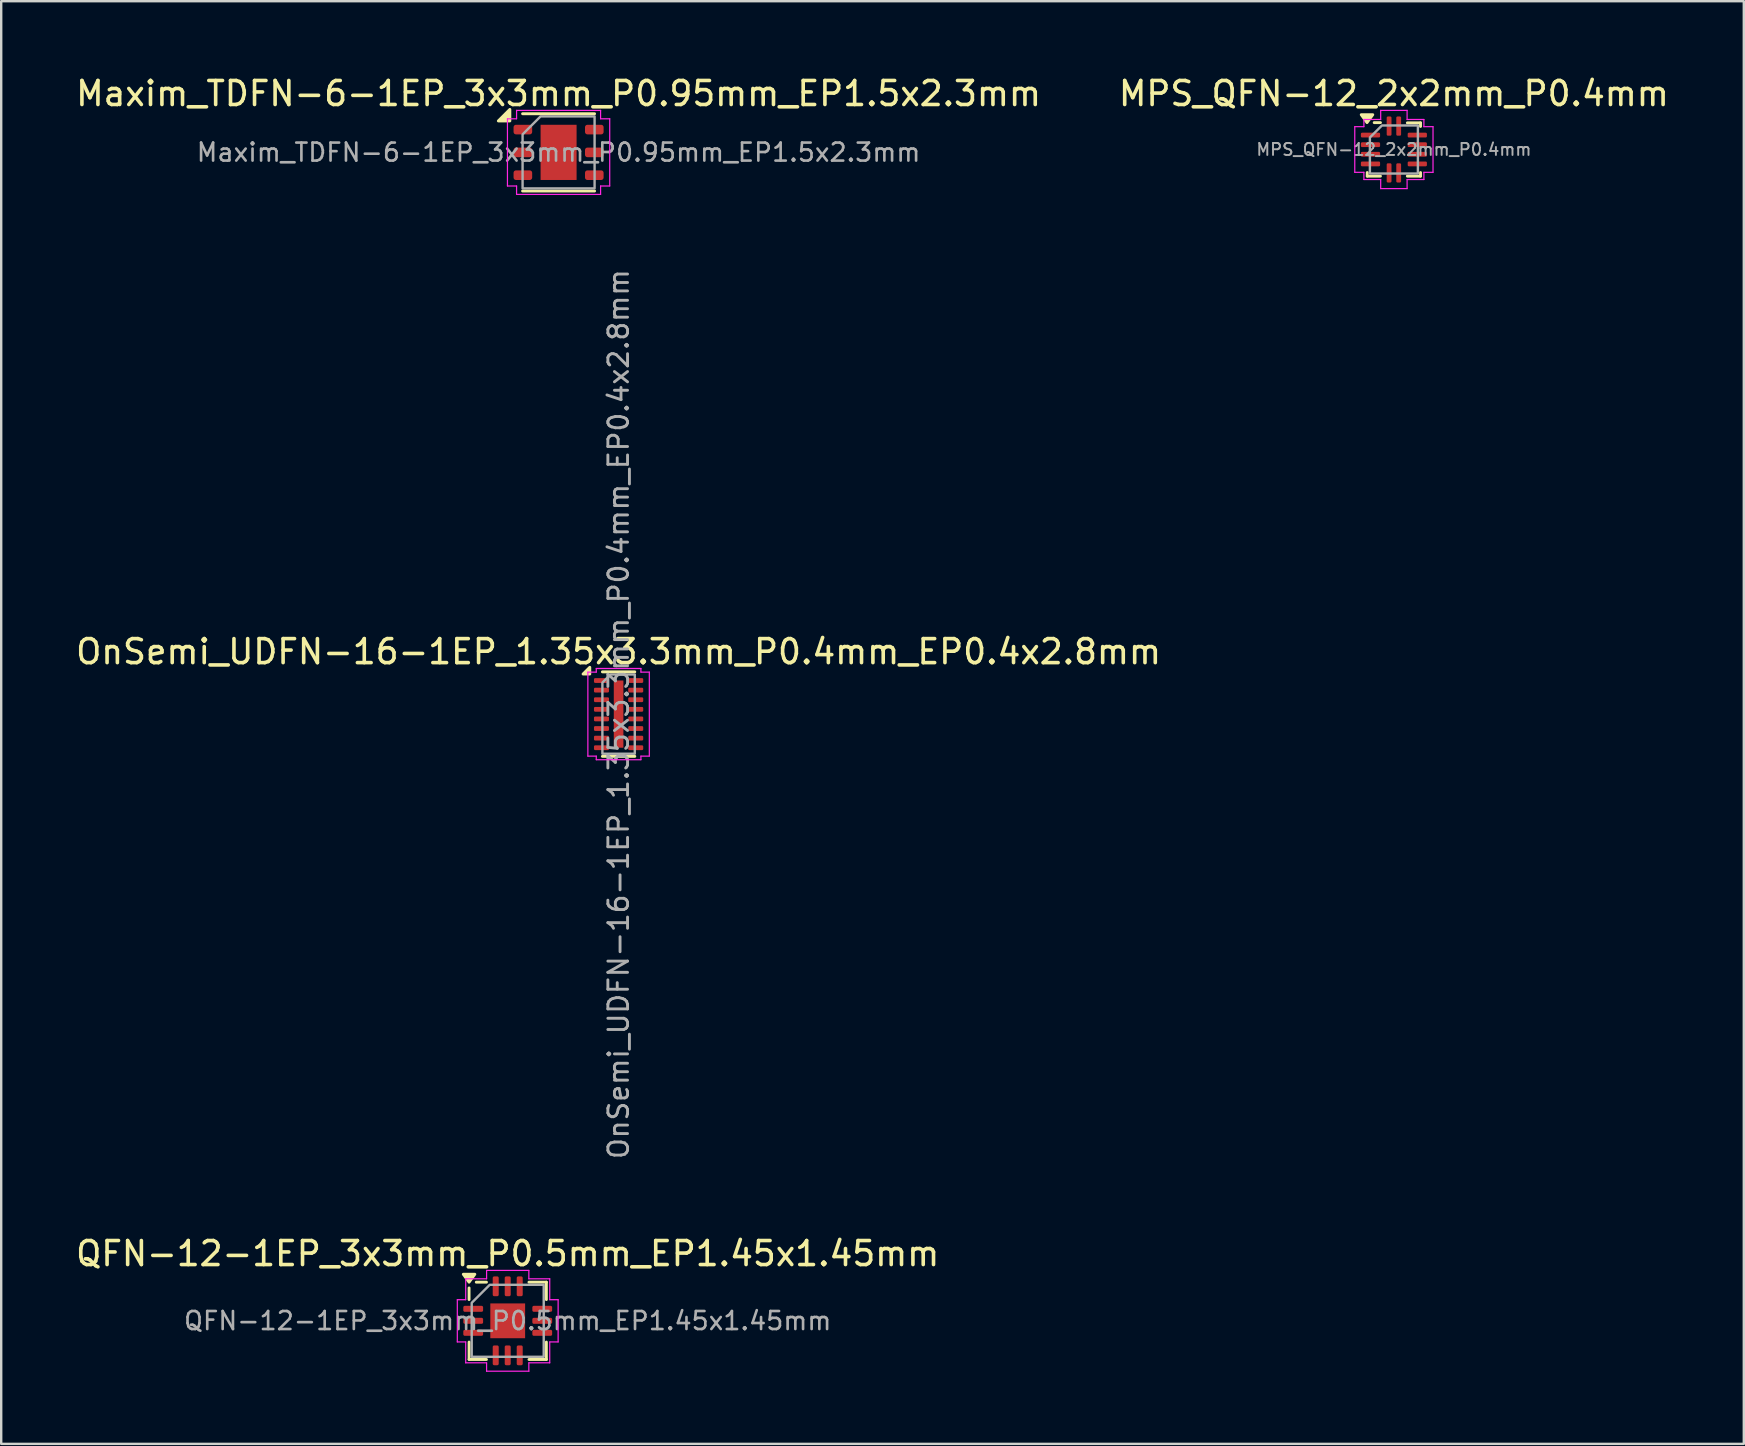
<source format=kicad_pcb>
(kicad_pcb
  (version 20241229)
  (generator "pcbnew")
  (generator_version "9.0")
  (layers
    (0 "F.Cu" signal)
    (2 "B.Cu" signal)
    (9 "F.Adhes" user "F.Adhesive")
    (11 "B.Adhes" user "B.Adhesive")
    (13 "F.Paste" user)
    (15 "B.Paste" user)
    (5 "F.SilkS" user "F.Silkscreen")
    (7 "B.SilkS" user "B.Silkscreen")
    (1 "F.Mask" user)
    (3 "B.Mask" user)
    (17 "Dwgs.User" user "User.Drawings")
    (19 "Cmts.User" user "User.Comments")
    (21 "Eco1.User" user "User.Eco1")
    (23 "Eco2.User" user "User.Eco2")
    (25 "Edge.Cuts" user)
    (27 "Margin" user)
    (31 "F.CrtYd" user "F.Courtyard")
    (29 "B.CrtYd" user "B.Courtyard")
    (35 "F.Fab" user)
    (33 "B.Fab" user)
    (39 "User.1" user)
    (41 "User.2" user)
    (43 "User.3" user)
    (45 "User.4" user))
  (footprint "MPS_QFN-12_2x2mm_P0.4mm"
    (layer "F.Cu")
    (at 55.018 3.178)
    (property "Reference" "MPS_QFN-12_2x2mm_P0.4mm" (at 0 -2.33 0) (layer "F.SilkS") (effects (font (size 1 1) (thickness 0.15))))
    (attr smd)
    (fp_line (start -1.11 1.11) (end -1.11 0.96) (stroke (width 0.12) (type solid)) (layer "F.SilkS"))
    (fp_line (start -0.56 -1.12) (end -0.82 -1.12) (stroke (width 0.12) (type solid)) (layer "F.SilkS"))
    (fp_line (start -0.56 1.11) (end -1.11 1.11) (stroke (width 0.12) (type solid)) (layer "F.SilkS"))
    (fp_line (start 0.56 -1.11) (end 1.11 -1.11) (stroke (width 0.12) (type solid)) (layer "F.SilkS"))
    (fp_line (start 0.56 1.11) (end 1.11 1.11) (stroke (width 0.12) (type solid)) (layer "F.SilkS"))
    (fp_line (start 1.11 -1.11) (end 1.11 -0.96) (stroke (width 0.12) (type solid)) (layer "F.SilkS"))
    (fp_line (start 1.11 1.11) (end 1.11 0.96) (stroke (width 0.12) (type solid)) (layer "F.SilkS"))
    (fp_poly (pts (xy -1.12 -1.12) (xy -1.36 -1.45) (xy -0.88 -1.45)) (stroke (width 0.12) (type solid)) (fill yes) (layer "F.SilkS"))
    (fp_line (start -1.63 -0.95) (end -1.25 -0.95) (stroke (width 0.05) (type solid)) (layer "F.CrtYd"))
    (fp_line (start -1.63 0.95) (end -1.63 -0.95) (stroke (width 0.05) (type solid)) (layer "F.CrtYd"))
    (fp_line (start -1.25 -1.25) (end -0.55 -1.25) (stroke (width 0.05) (type solid)) (layer "F.CrtYd"))
    (fp_line (start -1.25 -0.95) (end -1.25 -1.25) (stroke (width 0.05) (type solid)) (layer "F.CrtYd"))
    (fp_line (start -1.25 0.95) (end -1.63 0.95) (stroke (width 0.05) (type solid)) (layer "F.CrtYd"))
    (fp_line (start -1.25 1.25) (end -1.25 0.95) (stroke (width 0.05) (type solid)) (layer "F.CrtYd"))
    (fp_line (start -0.55 -1.63) (end 0.55 -1.63) (stroke (width 0.05) (type solid)) (layer "F.CrtYd"))
    (fp_line (start -0.55 -1.25) (end -0.55 -1.63) (stroke (width 0.05) (type solid)) (layer "F.CrtYd"))
    (fp_line (start -0.55 1.25) (end -1.25 1.25) (stroke (width 0.05) (type solid)) (layer "F.CrtYd"))
    (fp_line (start -0.55 1.63) (end -0.55 1.25) (stroke (width 0.05) (type solid)) (layer "F.CrtYd"))
    (fp_line (start 0.55 -1.63) (end 0.55 -1.25) (stroke (width 0.05) (type solid)) (layer "F.CrtYd"))
    (fp_line (start 0.55 -1.25) (end 1.25 -1.25) (stroke (width 0.05) (type solid)) (layer "F.CrtYd"))
    (fp_line (start 0.55 1.25) (end 0.55 1.63) (stroke (width 0.05) (type solid)) (layer "F.CrtYd"))
    (fp_line (start 0.55 1.63) (end -0.55 1.63) (stroke (width 0.05) (type solid)) (layer "F.CrtYd"))
    (fp_line (start 1.25 -1.25) (end 1.25 -0.95) (stroke (width 0.05) (type solid)) (layer "F.CrtYd"))
    (fp_line (start 1.25 -0.95) (end 1.63 -0.95) (stroke (width 0.05) (type solid)) (layer "F.CrtYd"))
    (fp_line (start 1.25 0.95) (end 1.25 1.25) (stroke (width 0.05) (type solid)) (layer "F.CrtYd"))
    (fp_line (start 1.25 1.25) (end 0.55 1.25) (stroke (width 0.05) (type solid)) (layer "F.CrtYd"))
    (fp_line (start 1.63 -0.95) (end 1.63 0.95) (stroke (width 0.05) (type solid)) (layer "F.CrtYd"))
    (fp_line (start 1.63 0.95) (end 1.25 0.95) (stroke (width 0.05) (type solid)) (layer "F.CrtYd"))
    (fp_poly (pts (xy -1 -0.5) (xy -1 1) (xy 1 1) (xy 1 -1) (xy -0.5 -1)) (stroke (width 0.1) (type solid)) (fill no) (layer "F.Fab"))
    (fp_text user "${REFERENCE}" (at 0 0 0) (layer "F.Fab") (effects (font (size 0.5 0.5) (thickness 0.08))))
    (pad "1" smd roundrect (at -0.975 -0.6) (size 0.8 0.2) (layers "F.Cu" "F.Mask" "F.Paste") (roundrect_rratio 0.25))
    (pad "2" smd roundrect (at -0.975 -0.2) (size 0.8 0.2) (layers "F.Cu" "F.Mask" "F.Paste") (roundrect_rratio 0.25))
    (pad "3" smd roundrect (at -0.975 0.2) (size 0.8 0.2) (layers "F.Cu" "F.Mask" "F.Paste") (roundrect_rratio 0.25))
    (pad "4" smd roundrect (at -0.975 0.6) (size 0.8 0.2) (layers "F.Cu" "F.Mask" "F.Paste") (roundrect_rratio 0.25))
    (pad "5" smd roundrect (at -0.2 0.975) (size 0.2 0.8) (layers "F.Cu" "F.Mask" "F.Paste") (roundrect_rratio 0.25))
    (pad "6" smd roundrect (at 0.2 0.975) (size 0.2 0.8) (layers "F.Cu" "F.Mask" "F.Paste") (roundrect_rratio 0.25))
    (pad "7" smd roundrect (at 0.975 0.6) (size 0.8 0.2) (layers "F.Cu" "F.Mask" "F.Paste") (roundrect_rratio 0.25))
    (pad "8" smd roundrect (at 0.975 0.2) (size 0.8 0.2) (layers "F.Cu" "F.Mask" "F.Paste") (roundrect_rratio 0.25))
    (pad "9" smd roundrect (at 0.975 -0.2) (size 0.8 0.2) (layers "F.Cu" "F.Mask" "F.Paste") (roundrect_rratio 0.25))
    (pad "10" smd roundrect (at 0.975 -0.6) (size 0.8 0.2) (layers "F.Cu" "F.Mask" "F.Paste") (roundrect_rratio 0.25))
    (pad "11" smd roundrect (at 0.2 -0.975) (size 0.2 0.8) (layers "F.Cu" "F.Mask" "F.Paste") (roundrect_rratio 0.25))
    (pad "12" smd roundrect (at -0.2 -0.975) (size 0.2 0.8) (layers "F.Cu" "F.Mask" "F.Paste") (roundrect_rratio 0.25)))
  (footprint "Maxim_TDFN-6-1EP_3x3mm_P0.95mm_EP1.5x2.3mm"
    (layer "F.Cu")
    (at 20.22 3.298)
    (property "Reference" "Maxim_TDFN-6-1EP_3x3mm_P0.95mm_EP1.5x2.3mm" (at 0 -2.45 0) (layer "F.SilkS") (effects (font (size 1 1) (thickness 0.15))))
    (attr smd)
    (fp_line (start -1.5 -1.61) (end 1.5 -1.61) (stroke (width 0.12) (type solid)) (layer "F.SilkS"))
    (fp_line (start -1.5 1.61) (end 1.5 1.61) (stroke (width 0.12) (type solid)) (layer "F.SilkS"))
    (fp_poly (pts (xy -2.03 -1.31) (xy -2.51 -1.31) (xy -2.03 -1.79)) (stroke (width 0.12) (type solid)) (fill yes) (layer "F.SilkS"))
    (fp_line (start -2.13 -1.4) (end -1.75 -1.4) (stroke (width 0.05) (type solid)) (layer "F.CrtYd"))
    (fp_line (start -2.13 1.4) (end -2.13 -1.4) (stroke (width 0.05) (type solid)) (layer "F.CrtYd"))
    (fp_line (start -1.75 -1.75) (end 1.75 -1.75) (stroke (width 0.05) (type solid)) (layer "F.CrtYd"))
    (fp_line (start -1.75 -1.4) (end -1.75 -1.75) (stroke (width 0.05) (type solid)) (layer "F.CrtYd"))
    (fp_line (start -1.75 1.4) (end -2.13 1.4) (stroke (width 0.05) (type solid)) (layer "F.CrtYd"))
    (fp_line (start -1.75 1.75) (end -1.75 1.4) (stroke (width 0.05) (type solid)) (layer "F.CrtYd"))
    (fp_line (start 1.75 -1.75) (end 1.75 -1.4) (stroke (width 0.05) (type solid)) (layer "F.CrtYd"))
    (fp_line (start 1.75 -1.4) (end 2.13 -1.4) (stroke (width 0.05) (type solid)) (layer "F.CrtYd"))
    (fp_line (start 1.75 1.4) (end 1.75 1.75) (stroke (width 0.05) (type solid)) (layer "F.CrtYd"))
    (fp_line (start 1.75 1.75) (end -1.75 1.75) (stroke (width 0.05) (type solid)) (layer "F.CrtYd"))
    (fp_line (start 2.13 -1.4) (end 2.13 1.4) (stroke (width 0.05) (type solid)) (layer "F.CrtYd"))
    (fp_line (start 2.13 1.4) (end 1.75 1.4) (stroke (width 0.05) (type solid)) (layer "F.CrtYd"))
    (fp_poly (pts (xy -1.5 -0.75) (xy -1.5 1.5) (xy 1.5 1.5) (xy 1.5 -1.5) (xy -0.75 -1.5)) (stroke (width 0.1) (type solid)) (fill no) (layer "F.Fab"))
    (fp_text user "${REFERENCE}" (at 0 0 0) (layer "F.Fab") (effects (font (size 0.75 0.75) (thickness 0.11))))
    (pad "" smd roundrect (at -0.375 -0.575) (size 0.6 0.93) (layers "F.Paste") (roundrect_rratio 0.25))
    (pad "" smd roundrect (at -0.375 0.575) (size 0.6 0.93) (layers "F.Paste") (roundrect_rratio 0.25))
    (pad "" smd roundrect (at 0.375 -0.575) (size 0.6 0.93) (layers "F.Paste") (roundrect_rratio 0.25))
    (pad "" smd roundrect (at 0.375 0.575) (size 0.6 0.93) (layers "F.Paste") (roundrect_rratio 0.25))
    (pad "1" smd roundrect (at -1.488 -0.95) (size 0.775 0.4) (layers "F.Cu" "F.Mask" "F.Paste") (roundrect_rratio 0.25))
    (pad "2" smd roundrect (at -1.488 0) (size 0.775 0.4) (layers "F.Cu" "F.Mask" "F.Paste") (roundrect_rratio 0.25))
    (pad "3" smd roundrect (at -1.488 0.95) (size 0.775 0.4) (layers "F.Cu" "F.Mask" "F.Paste") (roundrect_rratio 0.25))
    (pad "4" smd roundrect (at 1.488 0.95) (size 0.775 0.4) (layers "F.Cu" "F.Mask" "F.Paste") (roundrect_rratio 0.25))
    (pad "5" smd roundrect (at 1.488 0) (size 0.775 0.4) (layers "F.Cu" "F.Mask" "F.Paste") (roundrect_rratio 0.25))
    (pad "6" smd roundrect (at 1.488 -0.95) (size 0.775 0.4) (layers "F.Cu" "F.Mask" "F.Paste") (roundrect_rratio 0.25))
    (pad "7" smd rect (at 0 0) (size 1.5 2.3) (property pad_prop_heatsink) (layers "F.Cu" "F.Mask")))
  (footprint "QFN-12-1EP_3x3mm_P0.5mm_EP1.45x1.45mm"
    (layer "F.Cu")
    (at 18.101 51.974)
    (property "Reference" "QFN-12-1EP_3x3mm_P0.5mm_EP1.45x1.45mm" (at 0 -2.8 0) (layer "F.SilkS") (effects (font (size 1 1) (thickness 0.15))))
    (attr smd)
    (fp_line (start -1.61 -0.885) (end -1.61 -1.37) (stroke (width 0.12) (type solid)) (layer "F.SilkS"))
    (fp_line (start -1.61 1.61) (end -1.61 0.885) (stroke (width 0.12) (type solid)) (layer "F.SilkS"))
    (fp_line (start -0.885 -1.61) (end -1.31 -1.61) (stroke (width 0.12) (type solid)) (layer "F.SilkS"))
    (fp_line (start -0.885 1.61) (end -1.61 1.61) (stroke (width 0.12) (type solid)) (layer "F.SilkS"))
    (fp_line (start 0.885 -1.61) (end 1.61 -1.61) (stroke (width 0.12) (type solid)) (layer "F.SilkS"))
    (fp_line (start 0.885 1.61) (end 1.61 1.61) (stroke (width 0.12) (type solid)) (layer "F.SilkS"))
    (fp_line (start 1.61 -1.61) (end 1.61 -0.885) (stroke (width 0.12) (type solid)) (layer "F.SilkS"))
    (fp_line (start 1.61 1.61) (end 1.61 0.885) (stroke (width 0.12) (type solid)) (layer "F.SilkS"))
    (fp_poly (pts (xy -1.61 -1.61) (xy -1.85 -1.94) (xy -1.37 -1.94)) (stroke (width 0.12) (type solid)) (fill yes) (layer "F.SilkS"))
    (fp_line (start -2.1 -0.88) (end -1.75 -0.88) (stroke (width 0.05) (type solid)) (layer "F.CrtYd"))
    (fp_line (start -2.1 0.88) (end -2.1 -0.88) (stroke (width 0.05) (type solid)) (layer "F.CrtYd"))
    (fp_line (start -1.75 -1.75) (end -0.88 -1.75) (stroke (width 0.05) (type solid)) (layer "F.CrtYd"))
    (fp_line (start -1.75 -0.88) (end -1.75 -1.75) (stroke (width 0.05) (type solid)) (layer "F.CrtYd"))
    (fp_line (start -1.75 0.88) (end -2.1 0.88) (stroke (width 0.05) (type solid)) (layer "F.CrtYd"))
    (fp_line (start -1.75 1.75) (end -1.75 0.88) (stroke (width 0.05) (type solid)) (layer "F.CrtYd"))
    (fp_line (start -0.88 -2.1) (end 0.88 -2.1) (stroke (width 0.05) (type solid)) (layer "F.CrtYd"))
    (fp_line (start -0.88 -1.75) (end -0.88 -2.1) (stroke (width 0.05) (type solid)) (layer "F.CrtYd"))
    (fp_line (start -0.88 1.75) (end -1.75 1.75) (stroke (width 0.05) (type solid)) (layer "F.CrtYd"))
    (fp_line (start -0.88 2.1) (end -0.88 1.75) (stroke (width 0.05) (type solid)) (layer "F.CrtYd"))
    (fp_line (start 0.88 -2.1) (end 0.88 -1.75) (stroke (width 0.05) (type solid)) (layer "F.CrtYd"))
    (fp_line (start 0.88 -1.75) (end 1.75 -1.75) (stroke (width 0.05) (type solid)) (layer "F.CrtYd"))
    (fp_line (start 0.88 1.75) (end 0.88 2.1) (stroke (width 0.05) (type solid)) (layer "F.CrtYd"))
    (fp_line (start 0.88 2.1) (end -0.88 2.1) (stroke (width 0.05) (type solid)) (layer "F.CrtYd"))
    (fp_line (start 1.75 -1.75) (end 1.75 -0.88) (stroke (width 0.05) (type solid)) (layer "F.CrtYd"))
    (fp_line (start 1.75 -0.88) (end 2.1 -0.88) (stroke (width 0.05) (type solid)) (layer "F.CrtYd"))
    (fp_line (start 1.75 0.88) (end 1.75 1.75) (stroke (width 0.05) (type solid)) (layer "F.CrtYd"))
    (fp_line (start 1.75 1.75) (end 0.88 1.75) (stroke (width 0.05) (type solid)) (layer "F.CrtYd"))
    (fp_line (start 2.1 -0.88) (end 2.1 0.88) (stroke (width 0.05) (type solid)) (layer "F.CrtYd"))
    (fp_line (start 2.1 0.88) (end 1.75 0.88) (stroke (width 0.05) (type solid)) (layer "F.CrtYd"))
    (fp_poly (pts (xy -1.5 -0.75) (xy -1.5 1.5) (xy 1.5 1.5) (xy 1.5 -1.5) (xy -0.75 -1.5)) (stroke (width 0.1) (type solid)) (fill no) (layer "F.Fab"))
    (fp_text user "${REFERENCE}" (at 0 0 0) (layer "F.Fab") (effects (font (size 0.75 0.75) (thickness 0.11))))
    (pad "" smd roundrect (at 0 -0.36) (size 1.17 0.58) (layers "F.Paste") (roundrect_rratio 0.25))
    (pad "" smd roundrect (at 0 0.36) (size 1.17 0.58) (layers "F.Paste") (roundrect_rratio 0.25))
    (pad "1" smd roundrect (at -1.438 -0.5) (size 0.825 0.25) (layers "F.Cu" "F.Mask" "F.Paste") (roundrect_rratio 0.25))
    (pad "2" smd roundrect (at -1.438 0) (size 0.825 0.25) (layers "F.Cu" "F.Mask" "F.Paste") (roundrect_rratio 0.25))
    (pad "3" smd roundrect (at -1.438 0.5) (size 0.825 0.25) (layers "F.Cu" "F.Mask" "F.Paste") (roundrect_rratio 0.25))
    (pad "4" smd roundrect (at -0.5 1.438) (size 0.25 0.825) (layers "F.Cu" "F.Mask" "F.Paste") (roundrect_rratio 0.25))
    (pad "5" smd roundrect (at 0 1.438) (size 0.25 0.825) (layers "F.Cu" "F.Mask" "F.Paste") (roundrect_rratio 0.25))
    (pad "6" smd roundrect (at 0.5 1.438) (size 0.25 0.825) (layers "F.Cu" "F.Mask" "F.Paste") (roundrect_rratio 0.25))
    (pad "7" smd roundrect (at 1.438 0.5) (size 0.825 0.25) (layers "F.Cu" "F.Mask" "F.Paste") (roundrect_rratio 0.25))
    (pad "8" smd roundrect (at 1.438 0) (size 0.825 0.25) (layers "F.Cu" "F.Mask" "F.Paste") (roundrect_rratio 0.25))
    (pad "9" smd roundrect (at 1.438 -0.5) (size 0.825 0.25) (layers "F.Cu" "F.Mask" "F.Paste") (roundrect_rratio 0.25))
    (pad "10" smd roundrect (at 0.5 -1.438) (size 0.25 0.825) (layers "F.Cu" "F.Mask" "F.Paste") (roundrect_rratio 0.25))
    (pad "11" smd roundrect (at 0 -1.438) (size 0.25 0.825) (layers "F.Cu" "F.Mask" "F.Paste") (roundrect_rratio 0.25))
    (pad "12" smd roundrect (at -0.5 -1.438) (size 0.25 0.825) (layers "F.Cu" "F.Mask" "F.Paste") (roundrect_rratio 0.25))
    (pad "13" smd rect (at 0 0) (size 1.45 1.45) (property pad_prop_heatsink) (layers "F.Cu" "F.Mask")))
  (footprint "OnSemi_UDFN-16-1EP_1.35x3.3mm_P0.4mm_EP0.4x2.8mm"
    (layer "F.Cu")
    (at 22.72 26.699)
    (property "Reference" "OnSemi_UDFN-16-1EP_1.35x3.3mm_P0.4mm_EP0.4x2.8mm" (at 0 -2.6 0) (layer "F.SilkS") (effects (font (size 1 1) (thickness 0.15))))
    (attr smd)
    (fp_line (start -0.675 -1.76) (end 0.675 -1.76) (stroke (width 0.12) (type solid)) (layer "F.SilkS"))
    (fp_line (start -0.675 1.76) (end 0.675 1.76) (stroke (width 0.12) (type solid)) (layer "F.SilkS"))
    (fp_poly (pts (xy -1.2 -1.67) (xy -1.48 -1.67) (xy -1.2 -1.95)) (stroke (width 0.12) (type solid)) (fill yes) (layer "F.SilkS"))
    (fp_line (start -1.28 -1.75) (end -0.93 -1.75) (stroke (width 0.05) (type solid)) (layer "F.CrtYd"))
    (fp_line (start -1.28 1.75) (end -1.28 -1.75) (stroke (width 0.05) (type solid)) (layer "F.CrtYd"))
    (fp_line (start -0.93 -1.9) (end 0.93 -1.9) (stroke (width 0.05) (type solid)) (layer "F.CrtYd"))
    (fp_line (start -0.93 -1.75) (end -0.93 -1.9) (stroke (width 0.05) (type solid)) (layer "F.CrtYd"))
    (fp_line (start -0.93 1.75) (end -1.28 1.75) (stroke (width 0.05) (type solid)) (layer "F.CrtYd"))
    (fp_line (start -0.93 1.9) (end -0.93 1.75) (stroke (width 0.05) (type solid)) (layer "F.CrtYd"))
    (fp_line (start 0.93 -1.9) (end 0.93 -1.75) (stroke (width 0.05) (type solid)) (layer "F.CrtYd"))
    (fp_line (start 0.93 -1.75) (end 1.28 -1.75) (stroke (width 0.05) (type solid)) (layer "F.CrtYd"))
    (fp_line (start 0.93 1.75) (end 0.93 1.9) (stroke (width 0.05) (type solid)) (layer "F.CrtYd"))
    (fp_line (start 0.93 1.9) (end -0.93 1.9) (stroke (width 0.05) (type solid)) (layer "F.CrtYd"))
    (fp_line (start 1.28 -1.75) (end 1.28 1.75) (stroke (width 0.05) (type solid)) (layer "F.CrtYd"))
    (fp_line (start 1.28 1.75) (end 0.93 1.75) (stroke (width 0.05) (type solid)) (layer "F.CrtYd"))
    (fp_poly (pts (xy -0.675 -1.312) (xy -0.675 1.65) (xy 0.675 1.65) (xy 0.675 -1.65) (xy -0.338 -1.65)) (stroke (width 0.1) (type solid)) (fill no) (layer "F.Fab"))
    (fp_text user "${REFERENCE}" (at 0 0 90) (layer "F.Fab") (effects (font (size 0.82 0.82) (thickness 0.12))))
    (pad "" smd roundrect (at 0 -0.93) (size 0.32 0.75) (layers "F.Paste") (roundrect_rratio 0.25))
    (pad "" smd roundrect (at 0 0) (size 0.32 0.75) (layers "F.Paste") (roundrect_rratio 0.25))
    (pad "" smd roundrect (at 0 0.93) (size 0.32 0.75) (layers "F.Paste") (roundrect_rratio 0.25))
    (pad "1" smd roundrect (at -0.713 -1.4) (size 0.625 0.2) (layers "F.Cu" "F.Mask" "F.Paste") (roundrect_rratio 0.25))
    (pad "2" smd roundrect (at -0.713 -1) (size 0.625 0.2) (layers "F.Cu" "F.Mask" "F.Paste") (roundrect_rratio 0.25))
    (pad "3" smd roundrect (at -0.713 -0.6) (size 0.625 0.2) (layers "F.Cu" "F.Mask" "F.Paste") (roundrect_rratio 0.25))
    (pad "4" smd roundrect (at -0.713 -0.2) (size 0.625 0.2) (layers "F.Cu" "F.Mask" "F.Paste") (roundrect_rratio 0.25))
    (pad "5" smd roundrect (at -0.713 0.2) (size 0.625 0.2) (layers "F.Cu" "F.Mask" "F.Paste") (roundrect_rratio 0.25))
    (pad "6" smd roundrect (at -0.713 0.6) (size 0.625 0.2) (layers "F.Cu" "F.Mask" "F.Paste") (roundrect_rratio 0.25))
    (pad "7" smd roundrect (at -0.713 1) (size 0.625 0.2) (layers "F.Cu" "F.Mask" "F.Paste") (roundrect_rratio 0.25))
    (pad "8" smd roundrect (at -0.713 1.4) (size 0.625 0.2) (layers "F.Cu" "F.Mask" "F.Paste") (roundrect_rratio 0.25))
    (pad "9" smd roundrect (at 0.713 1.4) (size 0.625 0.2) (layers "F.Cu" "F.Mask" "F.Paste") (roundrect_rratio 0.25))
    (pad "10" smd roundrect (at 0.713 1) (size 0.625 0.2) (layers "F.Cu" "F.Mask" "F.Paste") (roundrect_rratio 0.25))
    (pad "11" smd roundrect (at 0.713 0.6) (size 0.625 0.2) (layers "F.Cu" "F.Mask" "F.Paste") (roundrect_rratio 0.25))
    (pad "12" smd roundrect (at 0.713 0.2) (size 0.625 0.2) (layers "F.Cu" "F.Mask" "F.Paste") (roundrect_rratio 0.25))
    (pad "13" smd roundrect (at 0.713 -0.2) (size 0.625 0.2) (layers "F.Cu" "F.Mask" "F.Paste") (roundrect_rratio 0.25))
    (pad "14" smd roundrect (at 0.713 -0.6) (size 0.625 0.2) (layers "F.Cu" "F.Mask" "F.Paste") (roundrect_rratio 0.25))
    (pad "15" smd roundrect (at 0.713 -1) (size 0.625 0.2) (layers "F.Cu" "F.Mask" "F.Paste") (roundrect_rratio 0.25))
    (pad "16" smd roundrect (at 0.713 -1.4) (size 0.625 0.2) (layers "F.Cu" "F.Mask" "F.Paste") (roundrect_rratio 0.25))
    (pad "17" smd rect (at 0 0) (size 0.4 2.8) (property pad_prop_heatsink) (layers "F.Cu" "F.Mask")))
  (gr_rect
    (start -3 -3)
    (end 69.595 57.099)
    (stroke (width 0.1) (type default))
    (fill no)
    (layer "Edge.Cuts")))
</source>
